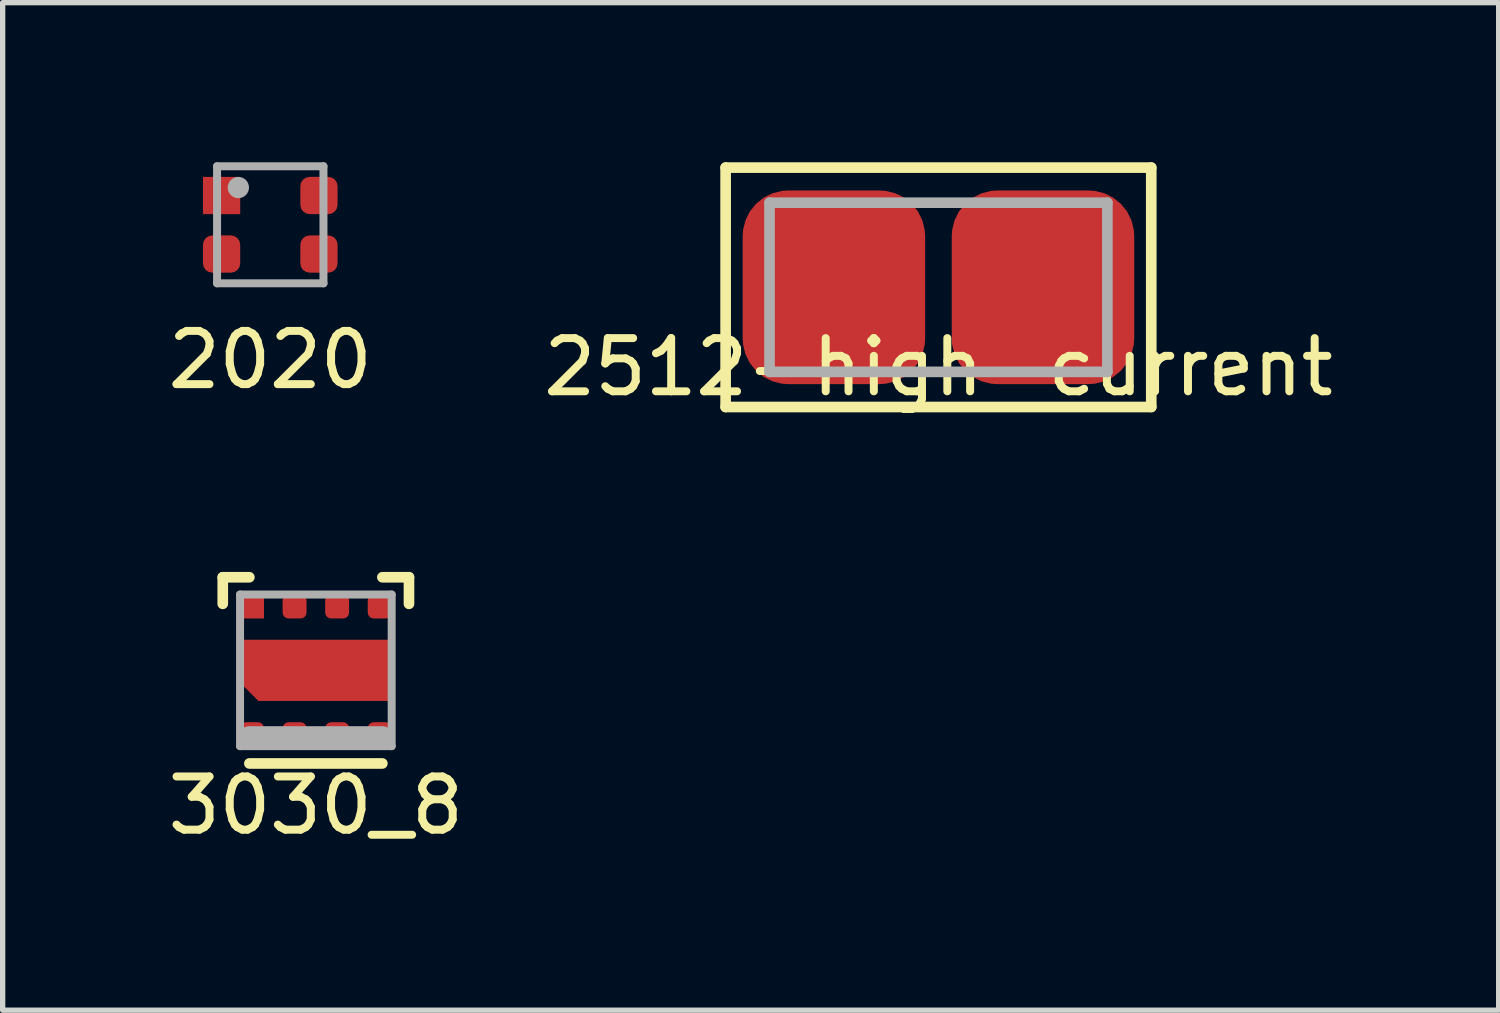
<source format=kicad_pcb>
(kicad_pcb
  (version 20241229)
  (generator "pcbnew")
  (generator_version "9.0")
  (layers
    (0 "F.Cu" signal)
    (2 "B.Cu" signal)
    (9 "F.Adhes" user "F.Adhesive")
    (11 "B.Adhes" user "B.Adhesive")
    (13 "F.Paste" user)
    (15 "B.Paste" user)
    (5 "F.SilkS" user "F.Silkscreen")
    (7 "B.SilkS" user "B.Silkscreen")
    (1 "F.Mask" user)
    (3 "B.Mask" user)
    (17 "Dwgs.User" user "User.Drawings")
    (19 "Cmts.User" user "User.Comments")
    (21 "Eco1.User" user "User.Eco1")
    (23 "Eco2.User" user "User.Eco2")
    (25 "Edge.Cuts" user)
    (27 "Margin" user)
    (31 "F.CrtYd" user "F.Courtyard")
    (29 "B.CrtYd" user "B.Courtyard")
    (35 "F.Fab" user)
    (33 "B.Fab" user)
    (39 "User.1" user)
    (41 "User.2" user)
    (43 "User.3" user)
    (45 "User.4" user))
  (footprint "3030_8"
    (layer "F.Cu")
    (at 2.887 9.55)
    (property "Reference" "3030_8" (at 0 2.54 0) (layer "F.SilkS") (effects (font (size 1 1) (thickness 0.15))))
    (attr smd)
    (fp_line (start -1.75 -1.75) (end -1.25 -1.75) (stroke (width 0.2) (type solid)) (layer "F.SilkS"))
    (fp_line (start -1.75 -1.25) (end -1.75 -1.75) (stroke (width 0.2) (type solid)) (layer "F.SilkS"))
    (fp_line (start 1.25 1.75) (end -1.25 1.75) (stroke (width 0.2) (type solid)) (layer "F.SilkS"))
    (fp_line (start 1.75 -1.75) (end 1.25 -1.75) (stroke (width 0.2) (type solid)) (layer "F.SilkS"))
    (fp_line (start 1.75 -1.25) (end 1.75 -1.75) (stroke (width 0.2) (type solid)) (layer "F.SilkS"))
    (fp_line (start -1.425 1.425) (end -1.425 -1.425) (stroke (width 0.15) (type solid)) (layer "F.Fab"))
    (fp_line (start -1.25 1.25) (end 1.25 1.25) (stroke (width 0.4) (type default)) (layer "F.Fab"))
    (fp_line (start 1.425 -1.425) (end -1.425 -1.425) (stroke (width 0.15) (type solid)) (layer "F.Fab"))
    (fp_line (start 1.425 1.425) (end -1.425 1.425) (stroke (width 0.15) (type solid)) (layer "F.Fab"))
    (fp_line (start 1.425 1.425) (end 1.425 -1.425) (stroke (width 0.15) (type solid)) (layer "F.Fab"))
    (pad "0" smd roundrect (at 0 0) (size 2.85 1.15) (layers "F.Cu" "F.Mask" "F.Paste") (roundrect_rratio 0) (chamfer_ratio 0.3) (chamfer bottom_left))
    (pad "1" smd rect (at -1.2 -1.2) (size 0.45 0.45) (layers "F.Cu" "F.Mask" "F.Paste"))
    (pad "2" smd roundrect (at -0.4 -1.2) (size 0.45 0.45) (layers "F.Cu" "F.Mask" "F.Paste") (roundrect_rratio 0.25))
    (pad "3" smd roundrect (at 0.4 -1.2) (size 0.45 0.45) (layers "F.Cu" "F.Mask" "F.Paste") (roundrect_rratio 0.25))
    (pad "4" smd roundrect (at 1.2 -1.2) (size 0.45 0.45) (layers "F.Cu" "F.Mask" "F.Paste") (roundrect_rratio 0.25))
    (pad "5" smd roundrect (at 1.2 1.2) (size 0.45 0.45) (layers "F.Cu" "F.Mask" "F.Paste") (roundrect_rratio 0.25))
    (pad "6" smd roundrect (at 0.4 1.2) (size 0.45 0.45) (layers "F.Cu" "F.Mask" "F.Paste") (roundrect_rratio 0.25))
    (pad "7" smd roundrect (at -0.4 1.2) (size 0.45 0.45) (layers "F.Cu" "F.Mask" "F.Paste") (roundrect_rratio 0.25))
    (pad "8" smd roundrect (at -1.2 1.2) (size 0.45 0.45) (layers "F.Cu" "F.Mask" "F.Paste") (roundrect_rratio 0.25)))
  (footprint "2512-high-current"
    (layer "F.Cu")
    (at 14.589 2.35)
    (property "Reference" "2512-high-current" (at 0 1.5 0) (layer "F.SilkS") (effects (font (size 1 1) (thickness 0.15))))
    (attr through_hole)
    (fp_line (start -4 -2.25) (end -4 2.25) (stroke (width 0.2) (type default)) (layer "F.SilkS"))
    (fp_line (start -4 2.25) (end 4 2.25) (stroke (width 0.2) (type default)) (layer "F.SilkS"))
    (fp_line (start 4 -2.25) (end -4 -2.25) (stroke (width 0.2) (type default)) (layer "F.SilkS"))
    (fp_line (start 4 2.25) (end 4 -2.25) (stroke (width 0.2) (type default)) (layer "F.SilkS"))
    (fp_line (start -3.175 -1.59) (end -3.175 1.59) (stroke (width 0.2) (type default)) (layer "F.Fab"))
    (fp_line (start -3.175 -1.59) (end 3.175 -1.59) (stroke (width 0.2) (type solid)) (layer "F.Fab"))
    (fp_line (start -3.175 1.59) (end 3.175 1.59) (stroke (width 0.2) (type solid)) (layer "F.Fab"))
    (fp_line (start 3.175 -1.59) (end 3.175 1.59) (stroke (width 0.2) (type default)) (layer "F.Fab"))
    (pad "1" smd roundrect (at -1.965 0) (size 3.43 3.64) (layers "F.Cu" "F.Mask" "F.Paste") (roundrect_rratio 0.25))
    (pad "2" smd roundrect (at 1.965 0) (size 3.43 3.64) (layers "F.Cu" "F.Mask" "F.Paste") (roundrect_rratio 0.25)))
  (footprint "2020"
    (layer "F.Cu")
    (at 2.03 1.175)
    (property "Reference" "2020" (at 0 2.54 0) (layer "F.SilkS") (effects (font (size 1 1) (thickness 0.15))))
    (attr smd)
    (fp_line (start -1 1.1) (end -1 -1.1) (stroke (width 0.15) (type solid)) (layer "F.Fab"))
    (fp_line (start 1 -1.1) (end -1 -1.1) (stroke (width 0.15) (type solid)) (layer "F.Fab"))
    (fp_line (start 1 1.1) (end -1 1.1) (stroke (width 0.15) (type solid)) (layer "F.Fab"))
    (fp_line (start 1 1.1) (end 1 -1.1) (stroke (width 0.15) (type solid)) (layer "F.Fab"))
    (fp_circle (center -0.6 -0.7) (end -0.5 -0.7) (stroke (width 0.2) (type solid)) (fill no) (layer "F.Fab"))
    (pad "1" smd rect (at -0.915 -0.55) (size 0.7 0.7) (layers "F.Cu" "F.Mask" "F.Paste"))
    (pad "2" smd roundrect (at -0.915 0.55) (size 0.7 0.7) (layers "F.Cu" "F.Mask" "F.Paste") (roundrect_rratio 0.25))
    (pad "3" smd roundrect (at 0.915 0.55) (size 0.7 0.7) (layers "F.Cu" "F.Mask" "F.Paste") (roundrect_rratio 0.25))
    (pad "4" smd roundrect (at 0.915 -0.55) (size 0.7 0.7) (layers "F.Cu" "F.Mask" "F.Paste") (roundrect_rratio 0.25)))
  (gr_rect
    (start -3 -3)
    (end 25.119 15.938)
    (stroke (width 0.1) (type default))
    (fill no)
    (layer "Edge.Cuts")))
</source>
